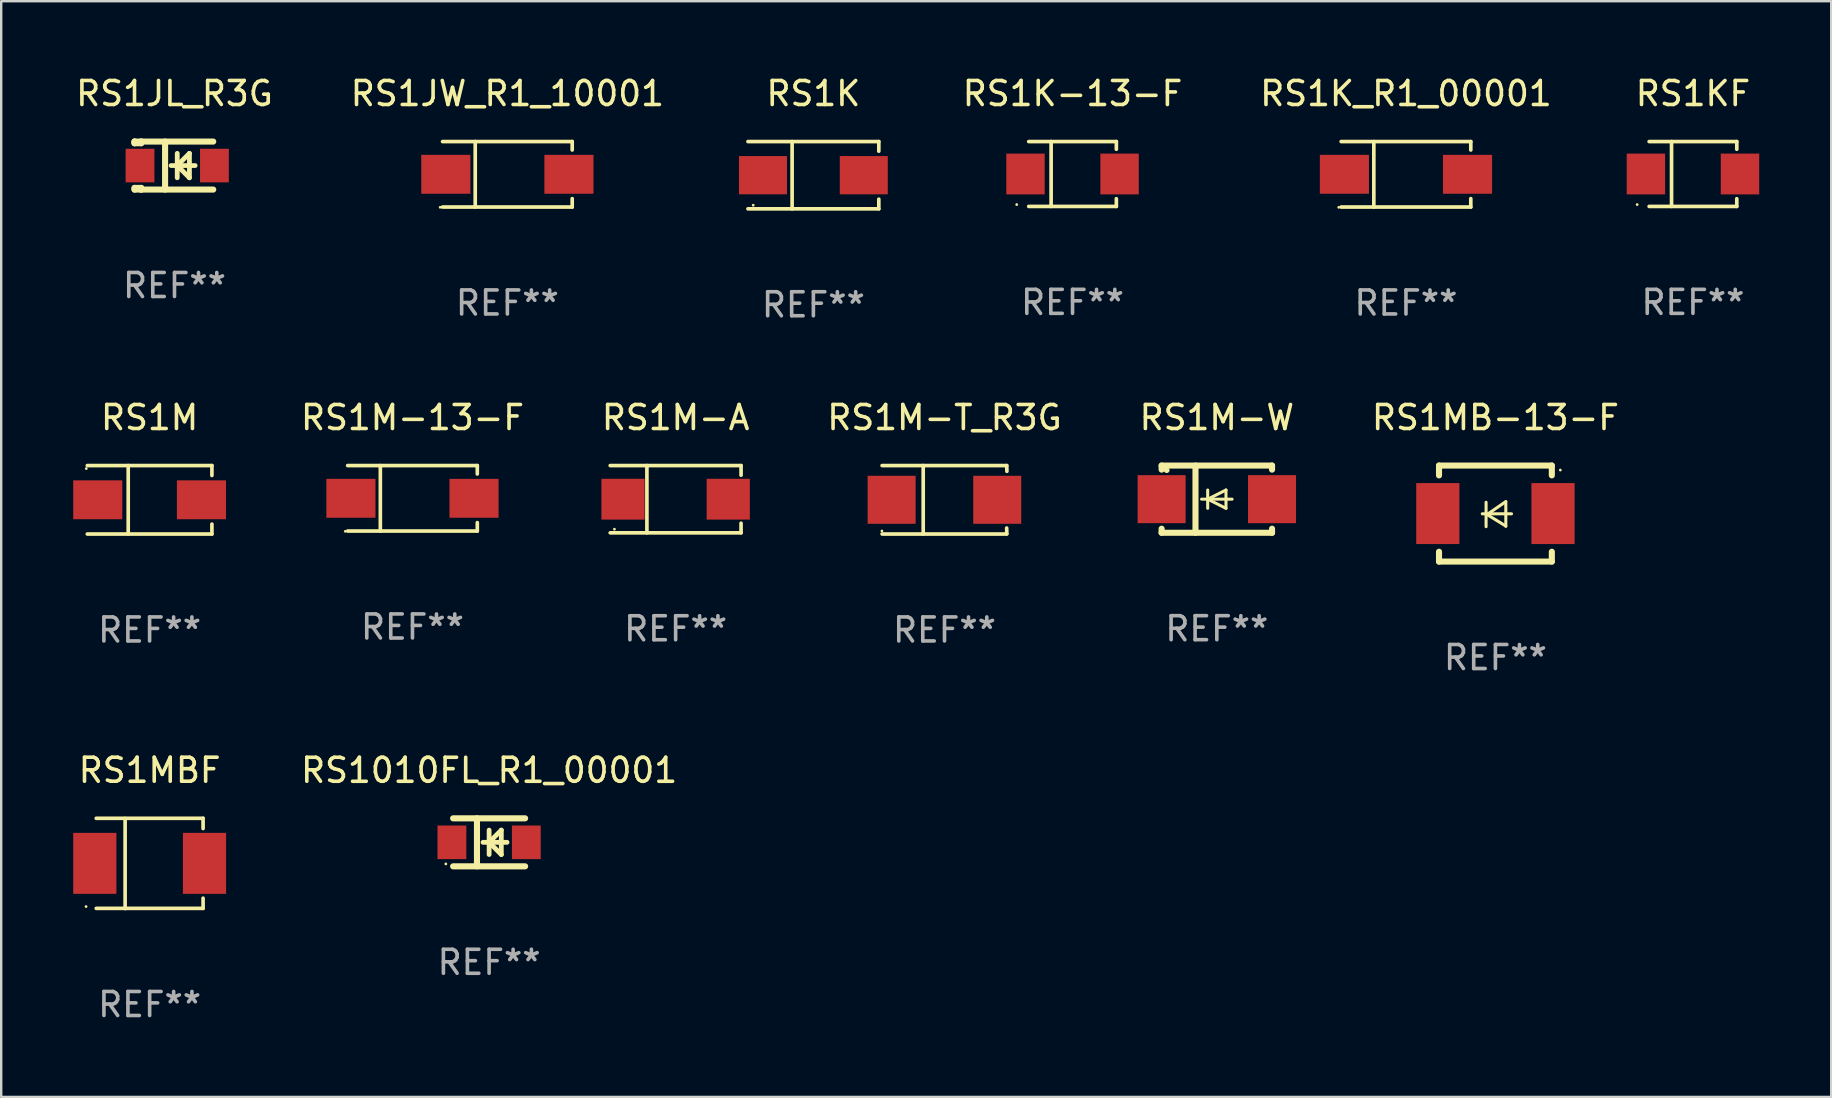
<source format=kicad_pcb>
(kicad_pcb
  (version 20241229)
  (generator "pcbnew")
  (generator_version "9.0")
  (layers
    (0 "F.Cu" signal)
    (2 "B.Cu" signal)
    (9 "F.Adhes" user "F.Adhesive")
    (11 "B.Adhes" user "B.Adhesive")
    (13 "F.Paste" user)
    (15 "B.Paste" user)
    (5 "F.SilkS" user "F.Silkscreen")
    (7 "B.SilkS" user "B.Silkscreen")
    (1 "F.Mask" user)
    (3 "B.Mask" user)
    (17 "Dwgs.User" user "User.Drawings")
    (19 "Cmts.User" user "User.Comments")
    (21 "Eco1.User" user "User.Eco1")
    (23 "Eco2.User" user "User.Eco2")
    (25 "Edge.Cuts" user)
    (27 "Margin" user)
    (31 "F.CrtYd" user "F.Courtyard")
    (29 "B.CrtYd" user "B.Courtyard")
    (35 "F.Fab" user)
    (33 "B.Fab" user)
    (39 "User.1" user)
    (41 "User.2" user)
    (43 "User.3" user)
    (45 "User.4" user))
  (footprint "RS1M-13-F"
    (layer "F.Cu")
    (at 14.135 17.711)
    (property "Reference" "RS1M-13-F" (at 0 -3.364 0) (layer "F.SilkS") (effects (font (size 1 1) (thickness 0.15))))
    (attr through_hole)
    (fp_line (start -2.701 -1.364) (end 2.701 -1.364) (stroke (width 0.152) (type solid)) (layer "F.SilkS"))
    (fp_line (start -2.701 1.364) (end 2.701 1.364) (stroke (width 0.152) (type solid)) (layer "F.SilkS"))
    (fp_line (start -1.339 -1.364) (end -1.339 1.364) (stroke (width 0.152) (type solid)) (layer "F.SilkS"))
    (fp_line (start 2.701 -1.364) (end 2.701 -1.013) (stroke (width 0.152) (type solid)) (layer "F.SilkS"))
    (fp_line (start 2.701 1.364) (end 2.701 1.013) (stroke (width 0.152) (type solid)) (layer "F.SilkS"))
    (fp_circle (center -2.8 1.375) (end -2.77 1.375) (stroke (width 0.06) (type solid)) (fill no) (layer "F.SilkS"))
    (fp_text user "REF**" (at 0 5.364 0) (layer "F.Fab") (effects (font (size 1 1) (thickness 0.15))))
    (pad "1" smd rect (at -2.565 -0.000025) (size 2.046 1.62) (layers "F.Cu" "F.Mask" "F.Paste"))
    (pad "2" smd rect (at 2.565 -0.000025) (size 2.046 1.62) (layers "F.Cu" "F.Mask" "F.Paste")))
  (footprint "RS1K-13-F"
    (layer "F.Cu")
    (at 41.635 4.199)
    (property "Reference" "RS1K-13-F" (at 0 -3.351 0) (layer "F.SilkS") (effects (font (size 1 1) (thickness 0.15))))
    (attr through_hole)
    (fp_line (start -1.826 -1.351) (end 1.826 -1.351) (stroke (width 0.152) (type solid)) (layer "F.SilkS"))
    (fp_line (start -1.826 1.351) (end 1.826 1.351) (stroke (width 0.152) (type solid)) (layer "F.SilkS"))
    (fp_line (start -0.892 -1.351) (end -0.892 1.351) (stroke (width 0.152) (type solid)) (layer "F.SilkS"))
    (fp_line (start 1.826 -1.351) (end 1.826 -1.03) (stroke (width 0.152) (type solid)) (layer "F.SilkS"))
    (fp_line (start 1.826 1.03) (end 1.826 1.351) (stroke (width 0.152) (type solid)) (layer "F.SilkS"))
    (fp_circle (center -2.325 1.275) (end -2.295 1.275) (stroke (width 0.06) (type solid)) (fill no) (layer "F.SilkS"))
    (fp_text user "REF**" (at 0 5.351 0) (layer "F.Fab") (effects (font (size 1 1) (thickness 0.15))))
    (pad "1" smd rect (at -1.96 0 180) (size 1.6 1.7) (layers "F.Cu" "F.Mask" "F.Paste"))
    (pad "2" smd rect (at 1.96 0 180) (size 1.6 1.7) (layers "F.Cu" "F.Mask" "F.Paste")))
  (footprint "RS1MBF"
    (layer "F.Cu")
    (at 3.185 32.923)
    (property "Reference" "RS1MBF" (at 0 -3.88 0) (layer "F.SilkS") (effects (font (size 1 1) (thickness 0.15))))
    (attr through_hole)
    (fp_line (start -2.226 -1.88) (end 2.226 -1.88) (stroke (width 0.152) (type solid)) (layer "F.SilkS"))
    (fp_line (start -2.226 1.873) (end 2.226 1.873) (stroke (width 0.152) (type solid)) (layer "F.SilkS"))
    (fp_line (start -1.022 -1.873) (end -1.022 1.88) (stroke (width 0.152) (type solid)) (layer "F.SilkS"))
    (fp_line (start 2.226 -1.88) (end 2.226 -1.453) (stroke (width 0.152) (type solid)) (layer "F.SilkS"))
    (fp_line (start 2.226 1.447) (end 2.226 1.873) (stroke (width 0.152) (type solid)) (layer "F.SilkS"))
    (fp_circle (center -2.65 1.797) (end -2.62 1.797) (stroke (width 0.06) (type solid)) (fill no) (layer "F.SilkS"))
    (fp_text user "REF**" (at 0 5.88 0) (layer "F.Fab") (effects (font (size 1 1) (thickness 0.15))))
    (pad "1" smd rect (at -2.285 -0.003) (size 1.8 2.54) (layers "F.Cu" "F.Mask" "F.Paste"))
    (pad "2" smd rect (at 2.285 -0.003) (size 1.8 2.54) (layers "F.Cu" "F.Mask" "F.Paste")))
  (footprint "RS1M-T_R3G"
    (layer "F.Cu")
    (at 36.301 17.773)
    (property "Reference" "RS1M-T_R3G" (at 0 -3.426 0) (layer "F.SilkS") (effects (font (size 1 1) (thickness 0.15))))
    (attr through_hole)
    (fp_line (start -2.6 -1.426) (end 2.593 -1.426) (stroke (width 0.152) (type solid)) (layer "F.SilkS"))
    (fp_line (start -2.6 1.426) (end 2.593 1.426) (stroke (width 0.152) (type solid)) (layer "F.SilkS"))
    (fp_line (start -0.887 -1.426) (end -0.887 1.426) (stroke (width 0.152) (type solid)) (layer "F.SilkS"))
    (fp_line (start 2.59 1.176) (end 2.597 1.415) (stroke (width 0.152) (type solid)) (layer "F.SilkS"))
    (fp_line (start 2.593 -1.426) (end 2.6 -1.187) (stroke (width 0.152) (type solid)) (layer "F.SilkS"))
    (fp_circle (center -2.608 1.3) (end -2.578 1.3) (stroke (width 0.06) (type solid)) (fill no) (layer "F.SilkS"))
    (fp_text user "REF**" (at 0 5.426 0) (layer "F.Fab") (effects (font (size 1 1) (thickness 0.15))))
    (pad "1" smd rect (at -2.203 0 180) (size 2 2) (layers "F.Cu" "F.Mask" "F.Paste"))
    (pad "2" smd rect (at 2.197 0 180) (size 2 2) (layers "F.Cu" "F.Mask" "F.Paste")))
  (footprint "RS1JL_R3G"
    (layer "F.Cu")
    (at 4.22 3.848)
    (property "Reference" "RS1JL_R3G" (at 0 -3 0) (layer "F.SilkS") (effects (font (size 1 1) (thickness 0.15))))
    (attr through_hole)
    (fp_line (start -1.664 -1) (end -1.664 -0.931) (stroke (width 0.254) (type solid)) (layer "F.SilkS"))
    (fp_line (start -1.664 -0.931) (end -1.664 -1) (stroke (width 0.254) (type solid)) (layer "F.SilkS"))
    (fp_line (start -1.664 0.931) (end -1.386 0.931) (stroke (width 0.254) (type solid)) (layer "F.SilkS"))
    (fp_line (start -1.664 1) (end -1.664 0.931) (stroke (width 0.254) (type solid)) (layer "F.SilkS"))
    (fp_line (start -1.386 -1) (end -1.664 -1) (stroke (width 0.254) (type solid)) (layer "F.SilkS"))
    (fp_line (start -1.386 -1) (end -1.386 -0.931) (stroke (width 0.254) (type solid)) (layer "F.SilkS"))
    (fp_line (start -1.386 -1) (end 1.614 -1) (stroke (width 0.254) (type solid)) (layer "F.SilkS"))
    (fp_line (start -1.386 -0.931) (end -1.664 -0.931) (stroke (width 0.254) (type solid)) (layer "F.SilkS"))
    (fp_line (start -1.386 0.931) (end -1.386 1) (stroke (width 0.254) (type solid)) (layer "F.SilkS"))
    (fp_line (start -1.386 1) (end -1.664 1) (stroke (width 0.254) (type solid)) (layer "F.SilkS"))
    (fp_line (start -1.386 1) (end 1.614 1) (stroke (width 0.254) (type solid)) (layer "F.SilkS"))
    (fp_line (start -0.392 -1) (end -0.392 1) (stroke (width 0.254) (type solid)) (layer "F.SilkS"))
    (fp_line (start -0.14 0) (end 0.86 0) (stroke (width 0.2) (type solid)) (layer "F.SilkS"))
    (fp_line (start 0.114 -0.508) (end 0.114 0.508) (stroke (width 0.2) (type solid)) (layer "F.SilkS"))
    (fp_line (start 0.114 0) (end 0.622 -0.508) (stroke (width 0.2) (type solid)) (layer "F.SilkS"))
    (fp_line (start 0.622 -0.508) (end 0.622 0.508) (stroke (width 0.2) (type solid)) (layer "F.SilkS"))
    (fp_line (start 0.622 0.508) (end 0.114 0) (stroke (width 0.2) (type solid)) (layer "F.SilkS"))
    (fp_circle (center -1.692 0.9) (end -1.662 0.9) (stroke (width 0.06) (type solid)) (fill no) (layer "F.SilkS"))
    (fp_text user "REF**" (at 0 5 0) (layer "F.Fab") (effects (font (size 1 1) (thickness 0.15))))
    (pad "1" smd rect (at -1.436 0) (size 1.2 1.4) (layers "F.Cu" "F.Mask" "F.Paste"))
    (pad "2" smd rect (at 1.664 0) (size 1.2 1.4) (layers "F.Cu" "F.Mask" "F.Paste")))
  (footprint "RS1M"
    (layer "F.Cu")
    (at 3.183 17.773)
    (property "Reference" "RS1M" (at 0 -3.426 0) (layer "F.SilkS") (effects (font (size 1 1) (thickness 0.15))))
    (attr through_hole)
    (fp_line (start -2.596 -1.426) (end 2.596 -1.426) (stroke (width 0.152) (type solid)) (layer "F.SilkS"))
    (fp_line (start -2.596 1.426) (end 2.596 1.426) (stroke (width 0.152) (type solid)) (layer "F.SilkS"))
    (fp_line (start -0.891 -1.426) (end -0.891 1.426) (stroke (width 0.152) (type solid)) (layer "F.SilkS"))
    (fp_line (start 2.596 -1.426) (end 2.596 -1.013) (stroke (width 0.152) (type solid)) (layer "F.SilkS"))
    (fp_line (start 2.596 1.426) (end 2.596 1.013) (stroke (width 0.152) (type solid)) (layer "F.SilkS"))
    (fp_circle (center -2.638 -1.3) (end -2.608 -1.3) (stroke (width 0.06) (type solid)) (fill no) (layer "F.SilkS"))
    (fp_text user "REF**" (at 0 5.426 0) (layer "F.Fab") (effects (font (size 1 1) (thickness 0.15))))
    (pad "1" smd rect (at -2.16 0 180) (size 2.046 1.62) (layers "F.Cu" "F.Mask" "F.Paste"))
    (pad "2" smd rect (at 2.16 0 180) (size 2.046 1.62) (layers "F.Cu" "F.Mask" "F.Paste")))
  (footprint "RS1K"
    (layer "F.Cu")
    (at 30.838 4.249)
    (property "Reference" "RS1K" (at 0 -3.401 0) (layer "F.SilkS") (effects (font (size 1 1) (thickness 0.15))))
    (attr through_hole)
    (fp_line (start -2.726 -1.401) (end 2.726 -1.401) (stroke (width 0.152) (type solid)) (layer "F.SilkS"))
    (fp_line (start -2.726 1.401) (end 2.726 1.401) (stroke (width 0.152) (type solid)) (layer "F.SilkS"))
    (fp_line (start -0.886 -1.401) (end -0.886 1.401) (stroke (width 0.152) (type solid)) (layer "F.SilkS"))
    (fp_line (start 2.726 -1.401) (end 2.726 -1) (stroke (width 0.152) (type solid)) (layer "F.SilkS"))
    (fp_line (start 2.726 1.401) (end 2.726 1) (stroke (width 0.152) (type solid)) (layer "F.SilkS"))
    (fp_circle (center -2.507 1.25) (end -2.477 1.25) (stroke (width 0.06) (type solid)) (fill no) (layer "F.SilkS"))
    (fp_text user "REF**" (at 0 5.401 0) (layer "F.Fab") (effects (font (size 1 1) (thickness 0.15))))
    (pad "1" smd rect (at -2.1 0 180) (size 2 1.593) (layers "F.Cu" "F.Mask" "F.Paste"))
    (pad "2" smd rect (at 2.1 0 180) (size 2 1.593) (layers "F.Cu" "F.Mask" "F.Paste")))
  (footprint "RS1KF"
    (layer "F.Cu")
    (at 67.484 4.199)
    (property "Reference" "RS1KF" (at 0 -3.351 0) (layer "F.SilkS") (effects (font (size 1 1) (thickness 0.15))))
    (attr through_hole)
    (fp_line (start -1.826 -1.351) (end 1.826 -1.351) (stroke (width 0.152) (type solid)) (layer "F.SilkS"))
    (fp_line (start -1.826 1.351) (end 1.826 1.351) (stroke (width 0.152) (type solid)) (layer "F.SilkS"))
    (fp_line (start -0.892 -1.351) (end -0.892 1.351) (stroke (width 0.152) (type solid)) (layer "F.SilkS"))
    (fp_line (start 1.826 -1.351) (end 1.826 -1.03) (stroke (width 0.152) (type solid)) (layer "F.SilkS"))
    (fp_line (start 1.826 1.03) (end 1.826 1.351) (stroke (width 0.152) (type solid)) (layer "F.SilkS"))
    (fp_circle (center -2.325 1.275) (end -2.295 1.275) (stroke (width 0.06) (type solid)) (fill no) (layer "F.SilkS"))
    (fp_text user "REF**" (at 0 5.351 0) (layer "F.Fab") (effects (font (size 1 1) (thickness 0.15))))
    (pad "1" smd rect (at -1.96 0 180) (size 1.6 1.7) (layers "F.Cu" "F.Mask" "F.Paste"))
    (pad "2" smd rect (at 1.96 0 180) (size 1.6 1.7) (layers "F.Cu" "F.Mask" "F.Paste")))
  (footprint "RS1M-W"
    (layer "F.Cu")
    (at 47.647 17.747)
    (property "Reference" "RS1M-W" (at 0 -3.4 0) (layer "F.SilkS") (effects (font (size 1 1) (thickness 0.15))))
    (attr through_hole)
    (fp_line (start -2.3 -1.4) (end -2.3 -1.231) (stroke (width 0.254) (type solid)) (layer "F.SilkS"))
    (fp_line (start -2.3 -1.4) (end 2.3 -1.4) (stroke (width 0.254) (type solid)) (layer "F.SilkS"))
    (fp_line (start -2.3 1.231) (end -2.3 1.4) (stroke (width 0.254) (type solid)) (layer "F.SilkS"))
    (fp_line (start -2.3 1.4) (end 2.3 1.4) (stroke (width 0.254) (type solid)) (layer "F.SilkS"))
    (fp_line (start -0.889 1.4) (end -0.889 -1.4) (stroke (width 0.254) (type solid)) (layer "F.SilkS"))
    (fp_line (start -0.381 0) (end -0.381 -0.381) (stroke (width 0.127) (type solid)) (layer "F.SilkS"))
    (fp_line (start -0.381 0) (end -0.381 0.381) (stroke (width 0.127) (type solid)) (layer "F.SilkS"))
    (fp_line (start 0.381 -0.381) (end -0.381 0) (stroke (width 0.127) (type solid)) (layer "F.SilkS"))
    (fp_line (start 0.381 0) (end 0.381 -0.381) (stroke (width 0.127) (type solid)) (layer "F.SilkS"))
    (fp_line (start 0.381 0) (end 0.381 0.381) (stroke (width 0.127) (type solid)) (layer "F.SilkS"))
    (fp_line (start 0.381 0.381) (end -0.381 0) (stroke (width 0.127) (type solid)) (layer "F.SilkS"))
    (fp_line (start 0.635 0) (end -0.635 0) (stroke (width 0.127) (type solid)) (layer "F.SilkS"))
    (fp_line (start 2.3 -1.4) (end 2.3 -1.231) (stroke (width 0.254) (type solid)) (layer "F.SilkS"))
    (fp_line (start 2.3 1.231) (end 2.3 1.4) (stroke (width 0.254) (type solid)) (layer "F.SilkS"))
    (fp_circle (center -2.088 -1.208) (end -2.028 -1.208) (stroke (width 0.12) (type solid)) (fill no) (layer "F.SilkS"))
    (fp_text user "REF**" (at 0 5.4 0) (layer "F.Fab") (effects (font (size 1 1) (thickness 0.15))))
    (pad "1" smd rect (at -2.3 0 180) (size 2 2) (layers "F.Cu" "F.Mask" "F.Paste"))
    (pad "2" smd rect (at 2.3 0 180) (size 2 2) (layers "F.Cu" "F.Mask" "F.Paste")))
  (footprint "RS1M-A"
    (layer "F.Cu")
    (at 25.099 17.748)
    (property "Reference" "RS1M-A" (at 0 -3.401 0) (layer "F.SilkS") (effects (font (size 1 1) (thickness 0.15))))
    (attr through_hole)
    (fp_line (start -2.726 -1.401) (end 2.726 -1.401) (stroke (width 0.152) (type solid)) (layer "F.SilkS"))
    (fp_line (start -2.726 1.401) (end 2.726 1.401) (stroke (width 0.152) (type solid)) (layer "F.SilkS"))
    (fp_line (start -1.197 -1.401) (end -1.197 1.401) (stroke (width 0.152) (type solid)) (layer "F.SilkS"))
    (fp_line (start 2.726 -1.401) (end 2.726 -1) (stroke (width 0.152) (type solid)) (layer "F.SilkS"))
    (fp_line (start 2.726 1.401) (end 2.726 1) (stroke (width 0.152) (type solid)) (layer "F.SilkS"))
    (fp_circle (center -2.55 1.25) (end -2.52 1.25) (stroke (width 0.06) (type solid)) (fill no) (layer "F.SilkS"))
    (fp_text user "REF**" (at 0 5.401 0) (layer "F.Fab") (effects (font (size 1 1) (thickness 0.15))))
    (pad "1" smd rect (at -2.192 0) (size 1.8 1.7) (layers "F.Cu" "F.Mask" "F.Paste"))
    (pad "2" smd rect (at 2.192 0) (size 1.8 1.7) (layers "F.Cu" "F.Mask" "F.Paste")))
  (footprint "RS1010FL_R1_00001"
    (layer "F.Cu")
    (at 17.328 32.044)
    (property "Reference" "RS1010FL_R1_00001" (at 0 -3 0) (layer "F.SilkS") (effects (font (size 1 1) (thickness 0.15))))
    (attr through_hole)
    (fp_line (start -1.5 -1) (end 1.5 -1) (stroke (width 0.254) (type solid)) (layer "F.SilkS"))
    (fp_line (start -1.5 1) (end 1.5 1) (stroke (width 0.254) (type solid)) (layer "F.SilkS"))
    (fp_line (start -0.506 -1) (end -0.506 1) (stroke (width 0.254) (type solid)) (layer "F.SilkS"))
    (fp_line (start -0.254 0) (end 0.746 0) (stroke (width 0.2) (type solid)) (layer "F.SilkS"))
    (fp_line (start 0.000102 -0.508) (end 0.000102 0.508) (stroke (width 0.2) (type solid)) (layer "F.SilkS"))
    (fp_line (start 0.000102 0) (end 0.508 -0.508) (stroke (width 0.2) (type solid)) (layer "F.SilkS"))
    (fp_line (start 0.508 -0.508) (end 0.508 0.508) (stroke (width 0.2) (type solid)) (layer "F.SilkS"))
    (fp_line (start 0.508 0.508) (end 0.000102 0) (stroke (width 0.2) (type solid)) (layer "F.SilkS"))
    (fp_circle (center -1.803 0.9) (end -1.773 0.9) (stroke (width 0.06) (type solid)) (fill no) (layer "F.SilkS"))
    (fp_text user "REF**" (at 0 5 0) (layer "F.Fab") (effects (font (size 1 1) (thickness 0.15))))
    (pad "1" smd rect (at -1.55 0) (size 1.2 1.4) (layers "F.Cu" "F.Mask" "F.Paste"))
    (pad "2" smd rect (at 1.55 0) (size 1.2 1.4) (layers "F.Cu" "F.Mask" "F.Paste")))
  (footprint "RS1MB-13-F"
    (layer "F.Cu")
    (at 59.254 18.347)
    (property "Reference" "RS1MB-13-F" (at 0 -4 0) (layer "F.SilkS") (effects (font (size 1 1) (thickness 0.15))))
    (attr through_hole)
    (fp_line (start -2.35 -2) (end -2.35 -1.591) (stroke (width 0.254) (type solid)) (layer "F.SilkS"))
    (fp_line (start -2.35 -2) (end 2.35 -2) (stroke (width 0.254) (type solid)) (layer "F.SilkS"))
    (fp_line (start -2.35 1.591) (end -2.35 2) (stroke (width 0.254) (type solid)) (layer "F.SilkS"))
    (fp_line (start -2.35 2) (end 2.35 2) (stroke (width 0.254) (type solid)) (layer "F.SilkS"))
    (fp_line (start -0.548 0.01) (end 0.671 0.01) (stroke (width 0.127) (type solid)) (layer "F.SilkS"))
    (fp_line (start -0.389 -0.47) (end -0.389 0.546) (stroke (width 0.127) (type solid)) (layer "F.SilkS"))
    (fp_line (start -0.35 0.04) (end 0.433 0.52) (stroke (width 0.127) (type solid)) (layer "F.SilkS"))
    (fp_line (start 0.433 -0.5) (end -0.35 0.04) (stroke (width 0.127) (type solid)) (layer "F.SilkS"))
    (fp_line (start 0.433 0.53) (end 0.433 -0.486) (stroke (width 0.127) (type solid)) (layer "F.SilkS"))
    (fp_line (start 2.35 -2) (end 2.35 -1.591) (stroke (width 0.254) (type solid)) (layer "F.SilkS"))
    (fp_line (start 2.35 1.591) (end 2.35 2) (stroke (width 0.254) (type solid)) (layer "F.SilkS"))
    (fp_circle (center 2.704 -1.813) (end 2.734 -1.813) (stroke (width 0.06) (type solid)) (fill no) (layer "F.SilkS"))
    (fp_text user "REF**" (at 0 6 0) (layer "F.Fab") (effects (font (size 1 1) (thickness 0.15))))
    (pad "1" smd rect (at 2.4 0) (size 1.8 2.54) (layers "F.Cu" "F.Mask" "F.Paste"))
    (pad "2" smd rect (at -2.4 0) (size 1.8 2.54) (layers "F.Cu" "F.Mask" "F.Paste")))
  (footprint "RS1JW_R1_10001"
    (layer "F.Cu")
    (at 18.089 4.212)
    (property "Reference" "RS1JW_R1_10001" (at 0 -3.364 0) (layer "F.SilkS") (effects (font (size 1 1) (thickness 0.15))))
    (attr through_hole)
    (fp_line (start -2.701 -1.364) (end 2.701 -1.364) (stroke (width 0.152) (type solid)) (layer "F.SilkS"))
    (fp_line (start -2.701 1.364) (end 2.701 1.364) (stroke (width 0.152) (type solid)) (layer "F.SilkS"))
    (fp_line (start -1.339 -1.364) (end -1.339 1.364) (stroke (width 0.152) (type solid)) (layer "F.SilkS"))
    (fp_line (start 2.701 -1.364) (end 2.701 -1.013) (stroke (width 0.152) (type solid)) (layer "F.SilkS"))
    (fp_line (start 2.701 1.364) (end 2.701 1.013) (stroke (width 0.152) (type solid)) (layer "F.SilkS"))
    (fp_circle (center -2.8 1.375) (end -2.77 1.375) (stroke (width 0.06) (type solid)) (fill no) (layer "F.SilkS"))
    (fp_text user "REF**" (at 0 5.364 0) (layer "F.Fab") (effects (font (size 1 1) (thickness 0.15))))
    (pad "1" smd rect (at -2.565 -0.000025) (size 2.046 1.62) (layers "F.Cu" "F.Mask" "F.Paste"))
    (pad "2" smd rect (at 2.565 -0.000025) (size 2.046 1.62) (layers "F.Cu" "F.Mask" "F.Paste")))
  (footprint "RS1K_R1_00001"
    (layer "F.Cu")
    (at 55.527 4.212)
    (property "Reference" "RS1K_R1_00001" (at 0 -3.364 0) (layer "F.SilkS") (effects (font (size 1 1) (thickness 0.15))))
    (attr through_hole)
    (fp_line (start -2.701 -1.364) (end 2.701 -1.364) (stroke (width 0.152) (type solid)) (layer "F.SilkS"))
    (fp_line (start -2.701 1.364) (end 2.701 1.364) (stroke (width 0.152) (type solid)) (layer "F.SilkS"))
    (fp_line (start -1.339 -1.364) (end -1.339 1.364) (stroke (width 0.152) (type solid)) (layer "F.SilkS"))
    (fp_line (start 2.701 -1.364) (end 2.701 -1.013) (stroke (width 0.152) (type solid)) (layer "F.SilkS"))
    (fp_line (start 2.701 1.364) (end 2.701 1.013) (stroke (width 0.152) (type solid)) (layer "F.SilkS"))
    (fp_circle (center -2.8 1.375) (end -2.77 1.375) (stroke (width 0.06) (type solid)) (fill no) (layer "F.SilkS"))
    (fp_text user "REF**" (at 0 5.364 0) (layer "F.Fab") (effects (font (size 1 1) (thickness 0.15))))
    (pad "1" smd rect (at -2.565 -0.000025) (size 2.046 1.62) (layers "F.Cu" "F.Mask" "F.Paste"))
    (pad "2" smd rect (at 2.565 -0.000025) (size 2.046 1.62) (layers "F.Cu" "F.Mask" "F.Paste")))
  (gr_rect
    (start -3 -3)
    (end 73.244 42.651)
    (stroke (width 0.1) (type default))
    (fill no)
    (layer "Edge.Cuts")))
</source>
